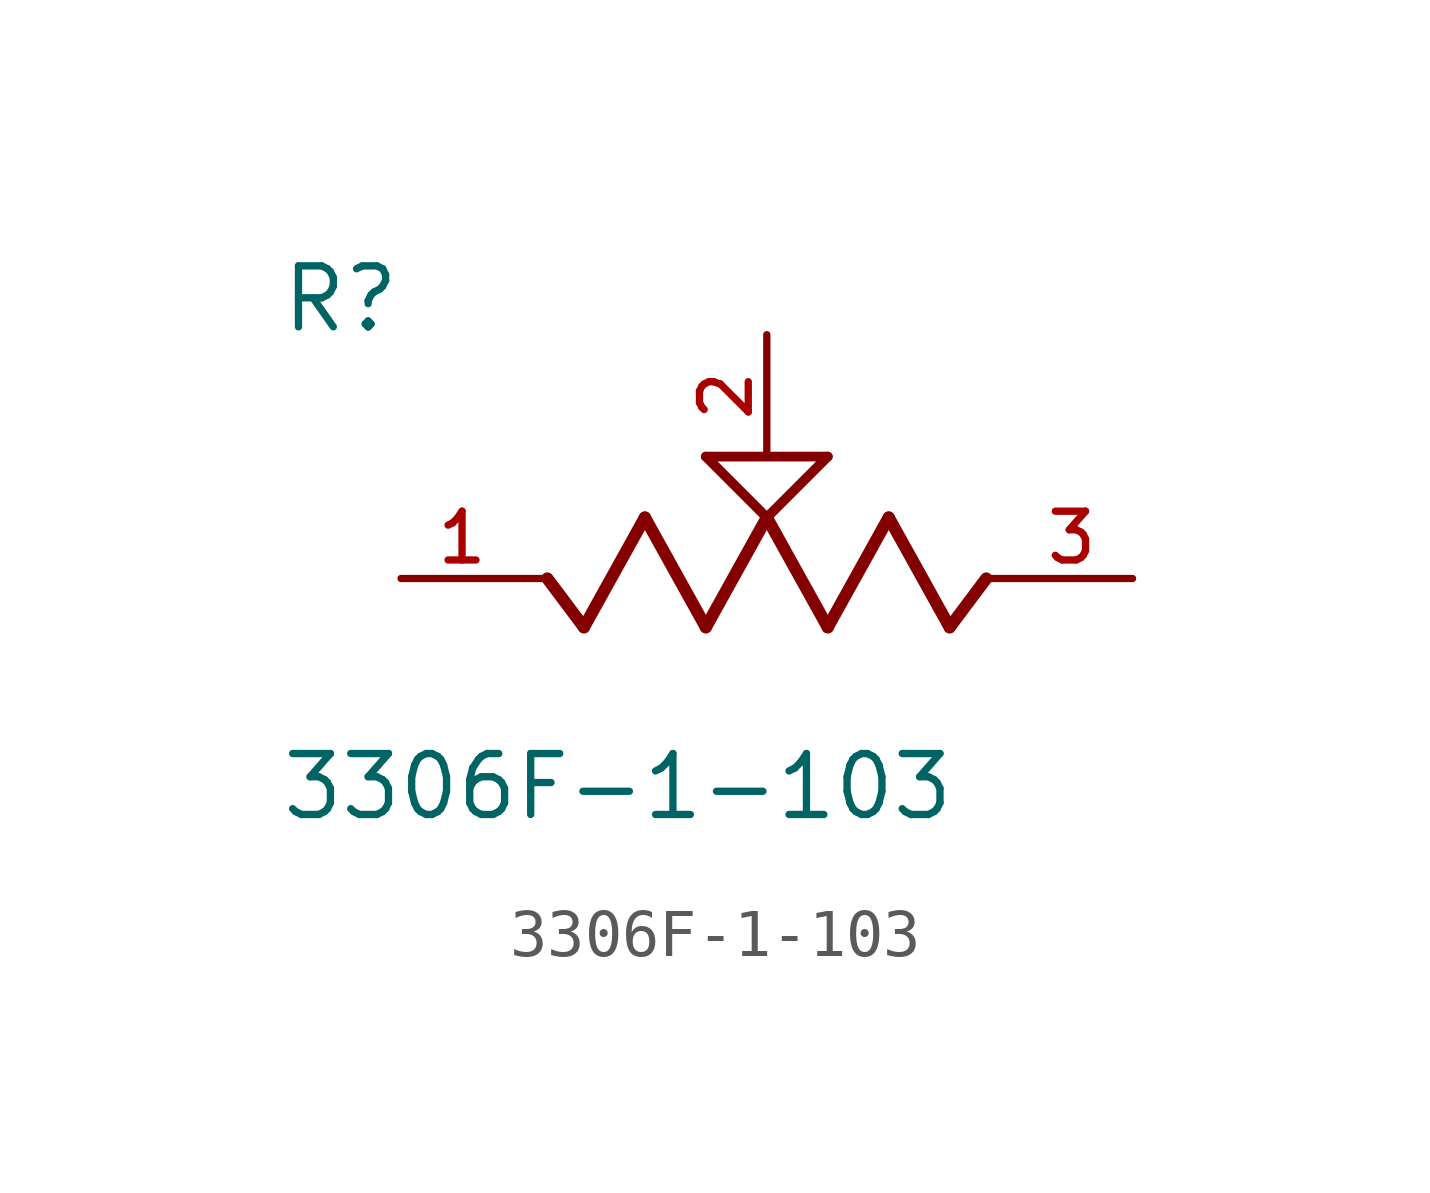
<source format=kicad_sym>
(kicad_symbol_lib
  (version 20211014)
  (generator kicad_symbol_editor)
  (symbol "3306F-1-103"
    (pin_names
      (offset 1.016))
    (property "Reference" "R"
      (at -10.16 5.08 0)
      (effects (font (size 1.27 1.27)) (justify bottom left)))
    (property "Value" "3306F-1-103"
      (at -10.16 -5.08 0)
      (effects (font (size 1.27 1.27)) (justify bottom left)))
    (symbol "3306F-1-103_0_0"
      (polyline (pts (xy 5.08 0.0) (xy 4.572 0.0)) (stroke (width 0.152)))
      (polyline (pts (xy 4.572 0.0) (xy 3.81 -1.016)) (stroke (width 0.254)))
      (polyline (pts (xy 3.81 -1.016) (xy 2.54 1.27)) (stroke (width 0.254)))
      (polyline (pts (xy 2.54 1.27) (xy 1.27 -1.016)) (stroke (width 0.254)))
      (polyline (pts (xy 1.27 -1.016) (xy 0.0 1.27)) (stroke (width 0.254)))
      (polyline (pts (xy 0.0 1.27) (xy -1.27 -1.016)) (stroke (width 0.254)))
      (polyline (pts (xy -1.27 -1.016) (xy -2.54 1.27)) (stroke (width 0.254)))
      (polyline (pts (xy -2.54 1.27) (xy -3.81 -1.016)) (stroke (width 0.254)))
      (polyline (pts (xy -3.81 -1.016) (xy -4.572 0.0)) (stroke (width 0.254)))
      (polyline (pts (xy -4.572 0.0) (xy -5.08 0.0)) (stroke (width 0.152)))
      (polyline (pts (xy 0.0 1.27) (xy -1.27 2.54)) (stroke (width 0.203)))
      (polyline (pts (xy 1.27 2.54) (xy 0.0 1.27)) (stroke (width 0.203)))
      (polyline (pts (xy -1.27 2.54) (xy 1.27 2.54)) (stroke (width 0.203)))
      (pin passive line (at 7.62 0.0 180.0) (length 2.54) (name "~" (effects (font (size 1.016 1.016)))) (number "3" (effects (font (size 1.016 1.016)))))
      (pin passive line (at -7.62 0.0 0) (length 2.54) (name "~" (effects (font (size 1.016 1.016)))) (number "1" (effects (font (size 1.016 1.016)))))
      (pin passive line (at 0.0 5.08 270.0) (length 2.54) (name "~" (effects (font (size 1.016 1.016)))) (number "2" (effects (font (size 1.016 1.016))))))))
</source>
